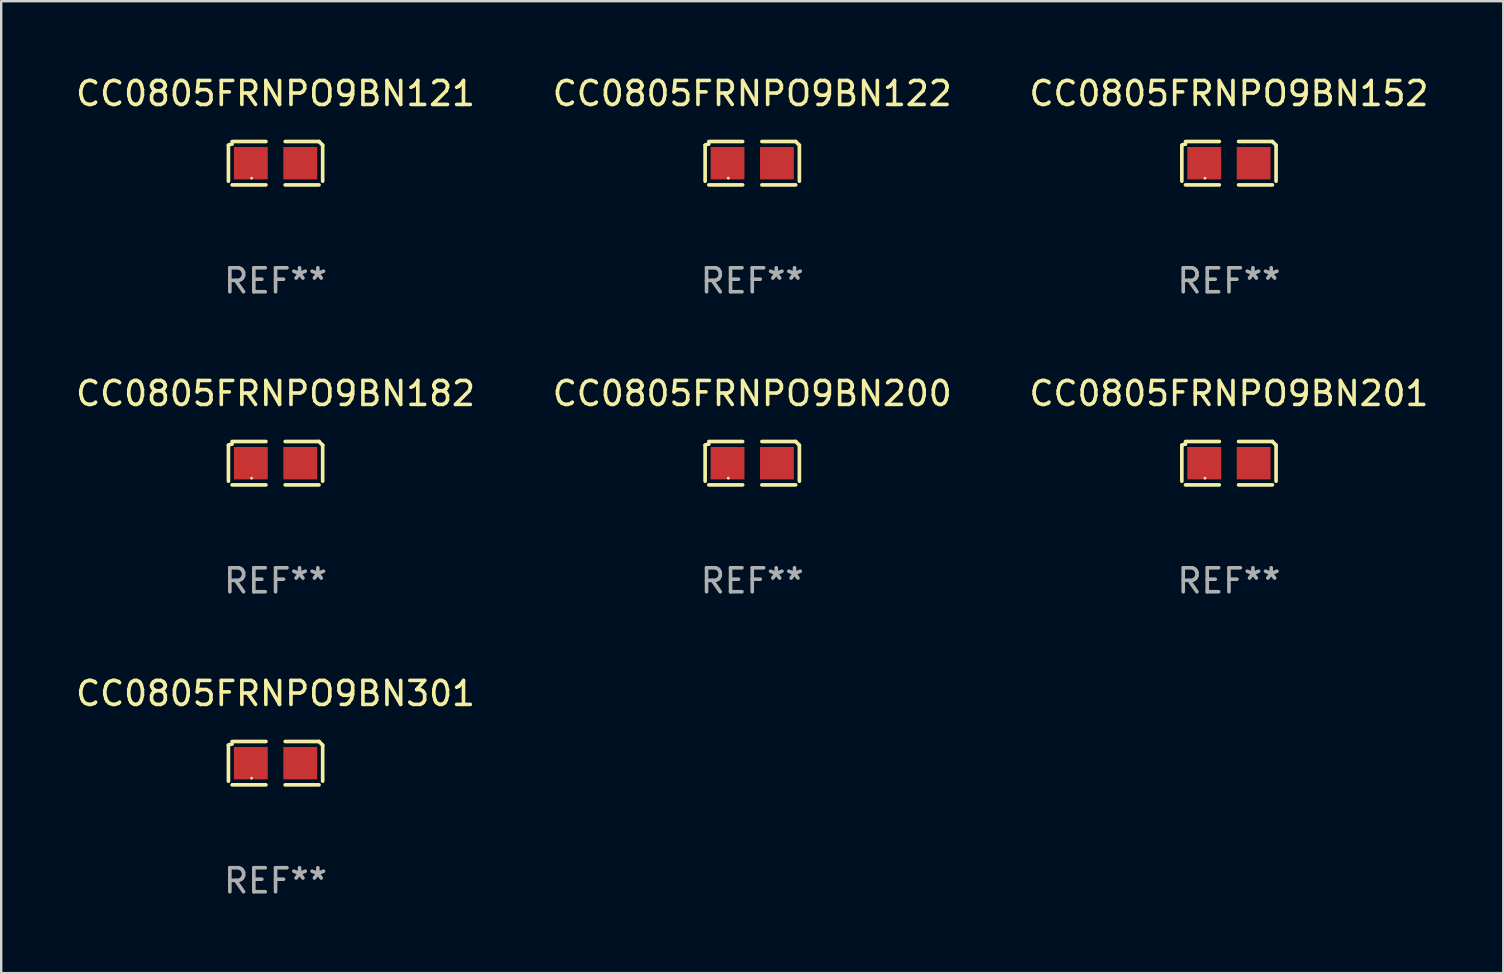
<source format=kicad_pcb>
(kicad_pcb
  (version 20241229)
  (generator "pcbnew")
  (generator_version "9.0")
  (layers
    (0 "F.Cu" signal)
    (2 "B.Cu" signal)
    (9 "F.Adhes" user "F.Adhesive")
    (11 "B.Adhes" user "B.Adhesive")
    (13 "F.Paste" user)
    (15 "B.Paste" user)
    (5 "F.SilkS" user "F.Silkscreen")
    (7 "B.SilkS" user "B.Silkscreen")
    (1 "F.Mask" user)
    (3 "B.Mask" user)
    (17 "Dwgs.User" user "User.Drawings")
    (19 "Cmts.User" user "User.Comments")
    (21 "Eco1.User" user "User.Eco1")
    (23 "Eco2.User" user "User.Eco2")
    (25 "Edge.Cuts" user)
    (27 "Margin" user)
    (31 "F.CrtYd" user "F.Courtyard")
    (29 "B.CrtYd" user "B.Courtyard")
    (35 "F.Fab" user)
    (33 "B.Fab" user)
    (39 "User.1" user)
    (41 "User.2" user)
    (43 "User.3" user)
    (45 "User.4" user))
  (footprint "CC0805FRNPO9BN182"
    (layer "F.Cu")
    (at 8.435 16.256)
    (property "Reference" "CC0805FRNPO9BN182" (at 0 -2.904 0) (layer "F.SilkS") (effects (font (size 1 1) (thickness 0.15))))
    (attr through_hole)
    (fp_line (start -1.964 0.751) (end -1.964 -0.751) (stroke (width 0.152) (type solid)) (layer "F.SilkS"))
    (fp_line (start -1.811 -0.904) (end -0.401 -0.904) (stroke (width 0.152) (type solid)) (layer "F.SilkS"))
    (fp_line (start -0.401 0.904) (end -1.811 0.904) (stroke (width 0.152) (type solid)) (layer "F.SilkS"))
    (fp_line (start 0.401 0.904) (end 1.811 0.904) (stroke (width 0.152) (type solid)) (layer "F.SilkS"))
    (fp_line (start 1.811 -0.904) (end 0.401 -0.904) (stroke (width 0.152) (type solid)) (layer "F.SilkS"))
    (fp_line (start 1.964 0.751) (end 1.964 -0.751) (stroke (width 0.152) (type solid)) (layer "F.SilkS"))
    (fp_arc (start -1.963602 -0.751207) (mid -1.890354 -0.783131) (end -1.811201 -0.794044) (stroke (width 0.1524) (type solid)) (layer "F.SilkS"))
    (fp_arc (start 1.811202 -0.903607) (mid 1.887413 -0.827418) (end 1.963602 -0.751207) (stroke (width 0.1524) (type solid)) (layer "F.SilkS"))
    (fp_circle (center -1 0.625) (end -0.97 0.625) (stroke (width 0.06) (type solid)) (fill no) (layer "F.SilkS"))
    (fp_text user "REF**" (at 0 4.904 0) (layer "F.Fab") (effects (font (size 1 1) (thickness 0.15))))
    (pad "1" smd rect (at -1.03 0) (size 1.41 1.35) (layers "F.Cu" "F.Mask" "F.Paste"))
    (pad "2" smd rect (at 1.03 0) (size 1.41 1.35) (layers "F.Cu" "F.Mask" "F.Paste")))
  (footprint "CC0805FRNPO9BN121"
    (layer "F.Cu")
    (at 8.435 3.752)
    (property "Reference" "CC0805FRNPO9BN121" (at 0 -2.904 0) (layer "F.SilkS") (effects (font (size 1 1) (thickness 0.15))))
    (attr through_hole)
    (fp_line (start -1.964 0.751) (end -1.964 -0.751) (stroke (width 0.152) (type solid)) (layer "F.SilkS"))
    (fp_line (start -1.811 -0.904) (end -0.401 -0.904) (stroke (width 0.152) (type solid)) (layer "F.SilkS"))
    (fp_line (start -0.401 0.904) (end -1.811 0.904) (stroke (width 0.152) (type solid)) (layer "F.SilkS"))
    (fp_line (start 0.401 0.904) (end 1.811 0.904) (stroke (width 0.152) (type solid)) (layer "F.SilkS"))
    (fp_line (start 1.811 -0.904) (end 0.401 -0.904) (stroke (width 0.152) (type solid)) (layer "F.SilkS"))
    (fp_line (start 1.964 0.751) (end 1.964 -0.751) (stroke (width 0.152) (type solid)) (layer "F.SilkS"))
    (fp_arc (start -1.963602 -0.751207) (mid -1.890354 -0.783131) (end -1.811201 -0.794044) (stroke (width 0.1524) (type solid)) (layer "F.SilkS"))
    (fp_arc (start 1.811202 -0.903607) (mid 1.887413 -0.827418) (end 1.963602 -0.751207) (stroke (width 0.1524) (type solid)) (layer "F.SilkS"))
    (fp_circle (center -1 0.625) (end -0.97 0.625) (stroke (width 0.06) (type solid)) (fill no) (layer "F.SilkS"))
    (fp_text user "REF**" (at 0 4.904 0) (layer "F.Fab") (effects (font (size 1 1) (thickness 0.15))))
    (pad "1" smd rect (at -1.03 0) (size 1.41 1.35) (layers "F.Cu" "F.Mask" "F.Paste"))
    (pad "2" smd rect (at 1.03 0) (size 1.41 1.35) (layers "F.Cu" "F.Mask" "F.Paste")))
  (footprint "CC0805FRNPO9BN122"
    (layer "F.Cu")
    (at 28.304 3.752)
    (property "Reference" "CC0805FRNPO9BN122" (at 0 -2.904 0) (layer "F.SilkS") (effects (font (size 1 1) (thickness 0.15))))
    (attr through_hole)
    (fp_line (start -1.964 0.751) (end -1.964 -0.751) (stroke (width 0.152) (type solid)) (layer "F.SilkS"))
    (fp_line (start -1.811 -0.904) (end -0.401 -0.904) (stroke (width 0.152) (type solid)) (layer "F.SilkS"))
    (fp_line (start -0.401 0.904) (end -1.811 0.904) (stroke (width 0.152) (type solid)) (layer "F.SilkS"))
    (fp_line (start 0.401 0.904) (end 1.811 0.904) (stroke (width 0.152) (type solid)) (layer "F.SilkS"))
    (fp_line (start 1.811 -0.904) (end 0.401 -0.904) (stroke (width 0.152) (type solid)) (layer "F.SilkS"))
    (fp_line (start 1.964 0.751) (end 1.964 -0.751) (stroke (width 0.152) (type solid)) (layer "F.SilkS"))
    (fp_arc (start -1.963602 -0.751207) (mid -1.890354 -0.783131) (end -1.811201 -0.794044) (stroke (width 0.1524) (type solid)) (layer "F.SilkS"))
    (fp_arc (start 1.811202 -0.903607) (mid 1.887413 -0.827418) (end 1.963602 -0.751207) (stroke (width 0.1524) (type solid)) (layer "F.SilkS"))
    (fp_circle (center -1 0.625) (end -0.97 0.625) (stroke (width 0.06) (type solid)) (fill no) (layer "F.SilkS"))
    (fp_text user "REF**" (at 0 4.904 0) (layer "F.Fab") (effects (font (size 1 1) (thickness 0.15))))
    (pad "1" smd rect (at -1.03 0) (size 1.41 1.35) (layers "F.Cu" "F.Mask" "F.Paste"))
    (pad "2" smd rect (at 1.03 0) (size 1.41 1.35) (layers "F.Cu" "F.Mask" "F.Paste")))
  (footprint "CC0805FRNPO9BN201"
    (layer "F.Cu")
    (at 48.173 16.256)
    (property "Reference" "CC0805FRNPO9BN201" (at 0 -2.904 0) (layer "F.SilkS") (effects (font (size 1 1) (thickness 0.15))))
    (attr through_hole)
    (fp_line (start -1.964 0.751) (end -1.964 -0.751) (stroke (width 0.152) (type solid)) (layer "F.SilkS"))
    (fp_line (start -1.811 -0.904) (end -0.401 -0.904) (stroke (width 0.152) (type solid)) (layer "F.SilkS"))
    (fp_line (start -0.401 0.904) (end -1.811 0.904) (stroke (width 0.152) (type solid)) (layer "F.SilkS"))
    (fp_line (start 0.401 0.904) (end 1.811 0.904) (stroke (width 0.152) (type solid)) (layer "F.SilkS"))
    (fp_line (start 1.811 -0.904) (end 0.401 -0.904) (stroke (width 0.152) (type solid)) (layer "F.SilkS"))
    (fp_line (start 1.964 0.751) (end 1.964 -0.751) (stroke (width 0.152) (type solid)) (layer "F.SilkS"))
    (fp_arc (start -1.963602 -0.751207) (mid -1.890354 -0.783131) (end -1.811201 -0.794044) (stroke (width 0.1524) (type solid)) (layer "F.SilkS"))
    (fp_arc (start 1.811202 -0.903607) (mid 1.887413 -0.827418) (end 1.963602 -0.751207) (stroke (width 0.1524) (type solid)) (layer "F.SilkS"))
    (fp_circle (center -1 0.625) (end -0.97 0.625) (stroke (width 0.06) (type solid)) (fill no) (layer "F.SilkS"))
    (fp_text user "REF**" (at 0 4.904 0) (layer "F.Fab") (effects (font (size 1 1) (thickness 0.15))))
    (pad "1" smd rect (at -1.03 0) (size 1.41 1.35) (layers "F.Cu" "F.Mask" "F.Paste"))
    (pad "2" smd rect (at 1.03 0) (size 1.41 1.35) (layers "F.Cu" "F.Mask" "F.Paste")))
  (footprint "CC0805FRNPO9BN301"
    (layer "F.Cu")
    (at 8.435 28.759)
    (property "Reference" "CC0805FRNPO9BN301" (at 0 -2.904 0) (layer "F.SilkS") (effects (font (size 1 1) (thickness 0.15))))
    (attr through_hole)
    (fp_line (start -1.964 0.751) (end -1.964 -0.751) (stroke (width 0.152) (type solid)) (layer "F.SilkS"))
    (fp_line (start -1.811 -0.904) (end -0.401 -0.904) (stroke (width 0.152) (type solid)) (layer "F.SilkS"))
    (fp_line (start -0.401 0.904) (end -1.811 0.904) (stroke (width 0.152) (type solid)) (layer "F.SilkS"))
    (fp_line (start 0.401 0.904) (end 1.811 0.904) (stroke (width 0.152) (type solid)) (layer "F.SilkS"))
    (fp_line (start 1.811 -0.904) (end 0.401 -0.904) (stroke (width 0.152) (type solid)) (layer "F.SilkS"))
    (fp_line (start 1.964 0.751) (end 1.964 -0.751) (stroke (width 0.152) (type solid)) (layer "F.SilkS"))
    (fp_arc (start -1.963602 -0.751207) (mid -1.890354 -0.783131) (end -1.811201 -0.794044) (stroke (width 0.1524) (type solid)) (layer "F.SilkS"))
    (fp_arc (start 1.811202 -0.903607) (mid 1.887413 -0.827418) (end 1.963602 -0.751207) (stroke (width 0.1524) (type solid)) (layer "F.SilkS"))
    (fp_circle (center -1 0.625) (end -0.97 0.625) (stroke (width 0.06) (type solid)) (fill no) (layer "F.SilkS"))
    (fp_text user "REF**" (at 0 4.904 0) (layer "F.Fab") (effects (font (size 1 1) (thickness 0.15))))
    (pad "1" smd rect (at -1.03 0) (size 1.41 1.35) (layers "F.Cu" "F.Mask" "F.Paste"))
    (pad "2" smd rect (at 1.03 0) (size 1.41 1.35) (layers "F.Cu" "F.Mask" "F.Paste")))
  (footprint "CC0805FRNPO9BN152"
    (layer "F.Cu")
    (at 48.173 3.752)
    (property "Reference" "CC0805FRNPO9BN152" (at 0 -2.904 0) (layer "F.SilkS") (effects (font (size 1 1) (thickness 0.15))))
    (attr through_hole)
    (fp_line (start -1.964 0.751) (end -1.964 -0.751) (stroke (width 0.152) (type solid)) (layer "F.SilkS"))
    (fp_line (start -1.811 -0.904) (end -0.401 -0.904) (stroke (width 0.152) (type solid)) (layer "F.SilkS"))
    (fp_line (start -0.401 0.904) (end -1.811 0.904) (stroke (width 0.152) (type solid)) (layer "F.SilkS"))
    (fp_line (start 0.401 0.904) (end 1.811 0.904) (stroke (width 0.152) (type solid)) (layer "F.SilkS"))
    (fp_line (start 1.811 -0.904) (end 0.401 -0.904) (stroke (width 0.152) (type solid)) (layer "F.SilkS"))
    (fp_line (start 1.964 0.751) (end 1.964 -0.751) (stroke (width 0.152) (type solid)) (layer "F.SilkS"))
    (fp_arc (start -1.963602 -0.751207) (mid -1.890354 -0.783131) (end -1.811201 -0.794044) (stroke (width 0.1524) (type solid)) (layer "F.SilkS"))
    (fp_arc (start 1.811202 -0.903607) (mid 1.887413 -0.827418) (end 1.963602 -0.751207) (stroke (width 0.1524) (type solid)) (layer "F.SilkS"))
    (fp_circle (center -1 0.625) (end -0.97 0.625) (stroke (width 0.06) (type solid)) (fill no) (layer "F.SilkS"))
    (fp_text user "REF**" (at 0 4.904 0) (layer "F.Fab") (effects (font (size 1 1) (thickness 0.15))))
    (pad "1" smd rect (at -1.03 0) (size 1.41 1.35) (layers "F.Cu" "F.Mask" "F.Paste"))
    (pad "2" smd rect (at 1.03 0) (size 1.41 1.35) (layers "F.Cu" "F.Mask" "F.Paste")))
  (footprint "CC0805FRNPO9BN200"
    (layer "F.Cu")
    (at 28.304 16.256)
    (property "Reference" "CC0805FRNPO9BN200" (at 0 -2.904 0) (layer "F.SilkS") (effects (font (size 1 1) (thickness 0.15))))
    (attr through_hole)
    (fp_line (start -1.964 0.751) (end -1.964 -0.751) (stroke (width 0.152) (type solid)) (layer "F.SilkS"))
    (fp_line (start -1.811 -0.904) (end -0.401 -0.904) (stroke (width 0.152) (type solid)) (layer "F.SilkS"))
    (fp_line (start -0.401 0.904) (end -1.811 0.904) (stroke (width 0.152) (type solid)) (layer "F.SilkS"))
    (fp_line (start 0.401 0.904) (end 1.811 0.904) (stroke (width 0.152) (type solid)) (layer "F.SilkS"))
    (fp_line (start 1.811 -0.904) (end 0.401 -0.904) (stroke (width 0.152) (type solid)) (layer "F.SilkS"))
    (fp_line (start 1.964 0.751) (end 1.964 -0.751) (stroke (width 0.152) (type solid)) (layer "F.SilkS"))
    (fp_arc (start -1.963602 -0.751207) (mid -1.890354 -0.783131) (end -1.811201 -0.794044) (stroke (width 0.1524) (type solid)) (layer "F.SilkS"))
    (fp_arc (start 1.811202 -0.903607) (mid 1.887413 -0.827418) (end 1.963602 -0.751207) (stroke (width 0.1524) (type solid)) (layer "F.SilkS"))
    (fp_circle (center -1 0.625) (end -0.97 0.625) (stroke (width 0.06) (type solid)) (fill no) (layer "F.SilkS"))
    (fp_text user "REF**" (at 0 4.904 0) (layer "F.Fab") (effects (font (size 1 1) (thickness 0.15))))
    (pad "1" smd rect (at -1.03 0) (size 1.41 1.35) (layers "F.Cu" "F.Mask" "F.Paste"))
    (pad "2" smd rect (at 1.03 0) (size 1.41 1.35) (layers "F.Cu" "F.Mask" "F.Paste")))
  (gr_rect
    (start -3 -3)
    (end 59.607 37.511)
    (stroke (width 0.1) (type default))
    (fill no)
    (layer "Edge.Cuts")))
</source>
